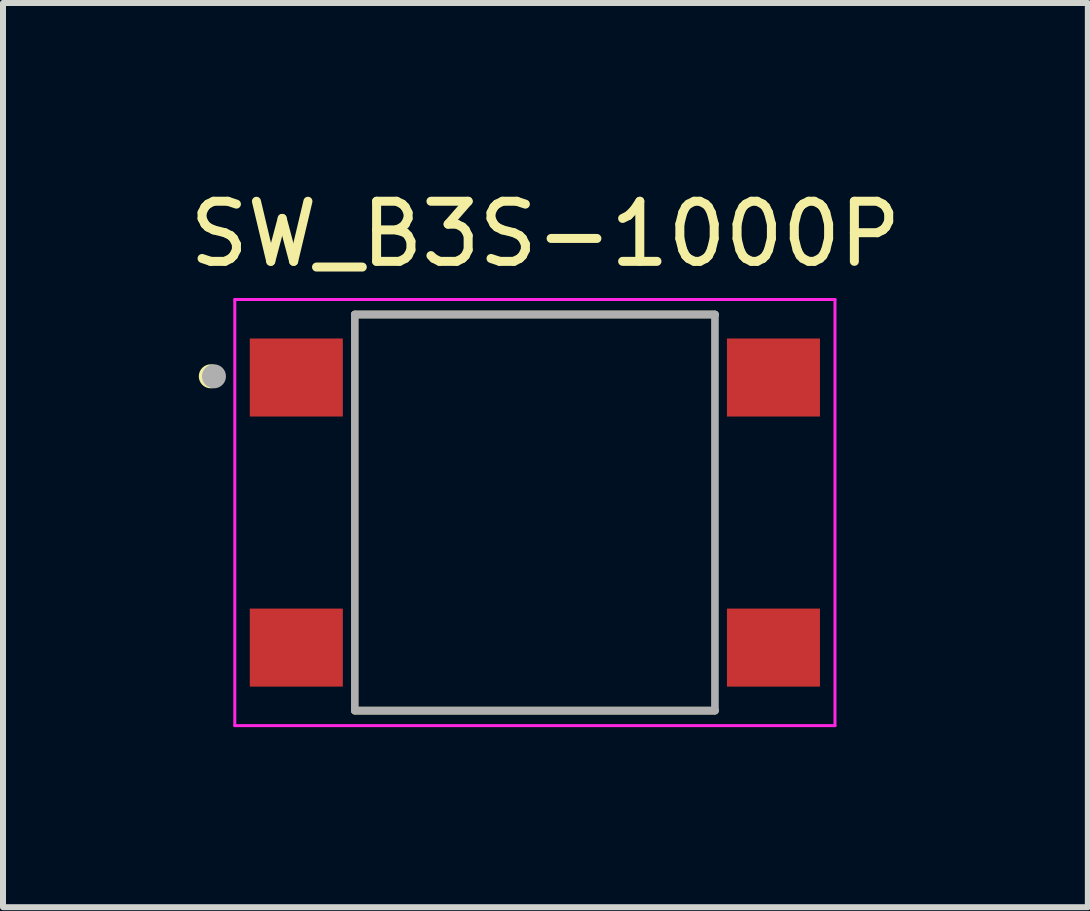
<source format=kicad_pcb>
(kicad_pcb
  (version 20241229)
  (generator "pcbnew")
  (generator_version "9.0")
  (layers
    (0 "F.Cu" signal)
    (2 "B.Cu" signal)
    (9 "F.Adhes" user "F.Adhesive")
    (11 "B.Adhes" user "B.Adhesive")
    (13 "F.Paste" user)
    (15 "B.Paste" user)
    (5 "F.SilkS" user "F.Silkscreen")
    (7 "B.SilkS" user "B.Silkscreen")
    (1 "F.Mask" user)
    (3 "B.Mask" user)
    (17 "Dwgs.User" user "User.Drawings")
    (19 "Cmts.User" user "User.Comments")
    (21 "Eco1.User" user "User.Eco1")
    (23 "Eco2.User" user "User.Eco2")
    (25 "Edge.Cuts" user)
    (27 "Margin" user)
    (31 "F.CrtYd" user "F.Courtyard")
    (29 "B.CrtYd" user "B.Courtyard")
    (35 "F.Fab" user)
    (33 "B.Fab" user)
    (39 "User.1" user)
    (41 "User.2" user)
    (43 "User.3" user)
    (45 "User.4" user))
  (footprint "SW_B3S-1000P"
    (layer "F.Cu")
    (at 5.862 5.49)
    (property "Reference" "SW_B3S-1000P" (at 0.175 -4.641 0) (layer "F.SilkS") (effects (font (size 1.001 1.001) (thickness 0.15))))
    (attr smd)
    (fp_line (start -3 3.3) (end 3 3.3) (stroke (width 0.127) (type solid)) (layer "F.SilkS"))
    (fp_line (start 3 -3.3) (end -3 -3.3) (stroke (width 0.127) (type solid)) (layer "F.SilkS"))
    (fp_circle (center -5.4 -2.27) (end -5.3 -2.27) (stroke (width 0.2) (type solid)) (fill no) (layer "F.SilkS"))
    (fp_line (start -5 -3.55) (end 5 -3.55) (stroke (width 0.05) (type solid)) (layer "F.CrtYd"))
    (fp_line (start -5 3.55) (end -5 -3.55) (stroke (width 0.05) (type solid)) (layer "F.CrtYd"))
    (fp_line (start -5 3.55) (end 5 3.55) (stroke (width 0.05) (type solid)) (layer "F.CrtYd"))
    (fp_line (start 5 -3.55) (end 5 3.55) (stroke (width 0.05) (type solid)) (layer "F.CrtYd"))
    (fp_line (start -3 -3.3) (end -3 3.3) (stroke (width 0.127) (type solid)) (layer "F.Fab"))
    (fp_line (start -3 3.3) (end 3 3.3) (stroke (width 0.127) (type solid)) (layer "F.Fab"))
    (fp_line (start 3 -3.3) (end -3 -3.3) (stroke (width 0.127) (type solid)) (layer "F.Fab"))
    (fp_line (start 3 3.3) (end 3 -3.3) (stroke (width 0.127) (type solid)) (layer "F.Fab"))
    (fp_circle (center -5.347 -2.27) (end -5.247 -2.27) (stroke (width 0.2) (type solid)) (fill no) (layer "F.Fab"))
    (pad "1" smd rect (at -3.975 -2.25) (size 1.55 1.3) (layers "F.Cu" "F.Mask" "F.Paste"))
    (pad "2" smd rect (at 3.975 -2.25) (size 1.55 1.3) (layers "F.Cu" "F.Mask" "F.Paste"))
    (pad "3" smd rect (at -3.975 2.25) (size 1.55 1.3) (layers "F.Cu" "F.Mask" "F.Paste"))
    (pad "4" smd rect (at 3.975 2.25) (size 1.55 1.3) (layers "F.Cu" "F.Mask" "F.Paste")))
  (gr_rect
    (start -3 -3)
    (end 15.075 12.065)
    (stroke (width 0.1) (type default))
    (fill no)
    (layer "Edge.Cuts")))
</source>
